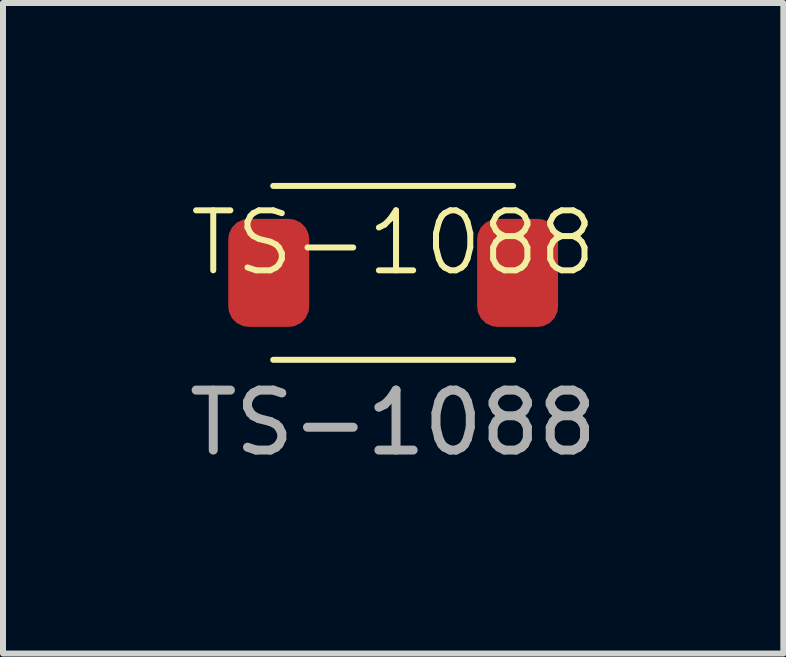
<source format=kicad_pcb>
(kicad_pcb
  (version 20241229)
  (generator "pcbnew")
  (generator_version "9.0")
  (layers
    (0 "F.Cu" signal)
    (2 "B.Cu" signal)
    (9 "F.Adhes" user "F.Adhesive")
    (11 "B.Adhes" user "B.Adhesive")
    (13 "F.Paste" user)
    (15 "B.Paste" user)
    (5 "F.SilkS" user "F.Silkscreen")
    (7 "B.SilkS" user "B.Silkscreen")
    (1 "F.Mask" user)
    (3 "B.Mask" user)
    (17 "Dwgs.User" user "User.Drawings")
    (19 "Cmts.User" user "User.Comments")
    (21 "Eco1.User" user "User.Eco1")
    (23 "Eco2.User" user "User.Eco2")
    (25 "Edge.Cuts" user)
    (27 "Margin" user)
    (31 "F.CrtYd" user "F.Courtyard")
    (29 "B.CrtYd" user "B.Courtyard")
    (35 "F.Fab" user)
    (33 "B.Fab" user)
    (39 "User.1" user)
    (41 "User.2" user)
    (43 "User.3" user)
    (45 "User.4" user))
  (footprint "TS-1088"
    (layer "F.Cu")
    (at 3.506 1.5)
    (property "Reference" "TS-1088" (at 0 -0.5 0) (unlocked yes) (layer "F.SilkS") (effects (font (size 1 1) (thickness 0.1))))
    (attr smd)
    (fp_line (start -2 -1.45) (end 2 -1.45) (stroke (width 0.1) (type default)) (layer "F.SilkS"))
    (fp_line (start -2 1.45) (end 2 1.45) (stroke (width 0.1) (type default)) (layer "F.SilkS"))
    (fp_text user "${REFERENCE}" (at 0 2.5 0) (unlocked yes) (layer "F.Fab") (effects (font (size 1 1) (thickness 0.15))))
    (pad "1" smd roundrect (at -2.075 0) (size 1.35 1.8) (layers "F.Cu" "F.Mask" "F.Paste") (roundrect_rratio 0.25))
    (pad "2" smd roundrect (at 2.075 0) (size 1.35 1.8) (layers "F.Cu" "F.Mask" "F.Paste") (roundrect_rratio 0.25)))
  (gr_rect
    (start -3 -3)
    (end 10.012 7.848)
    (stroke (width 0.1) (type default))
    (fill no)
    (layer "Edge.Cuts")))
</source>
